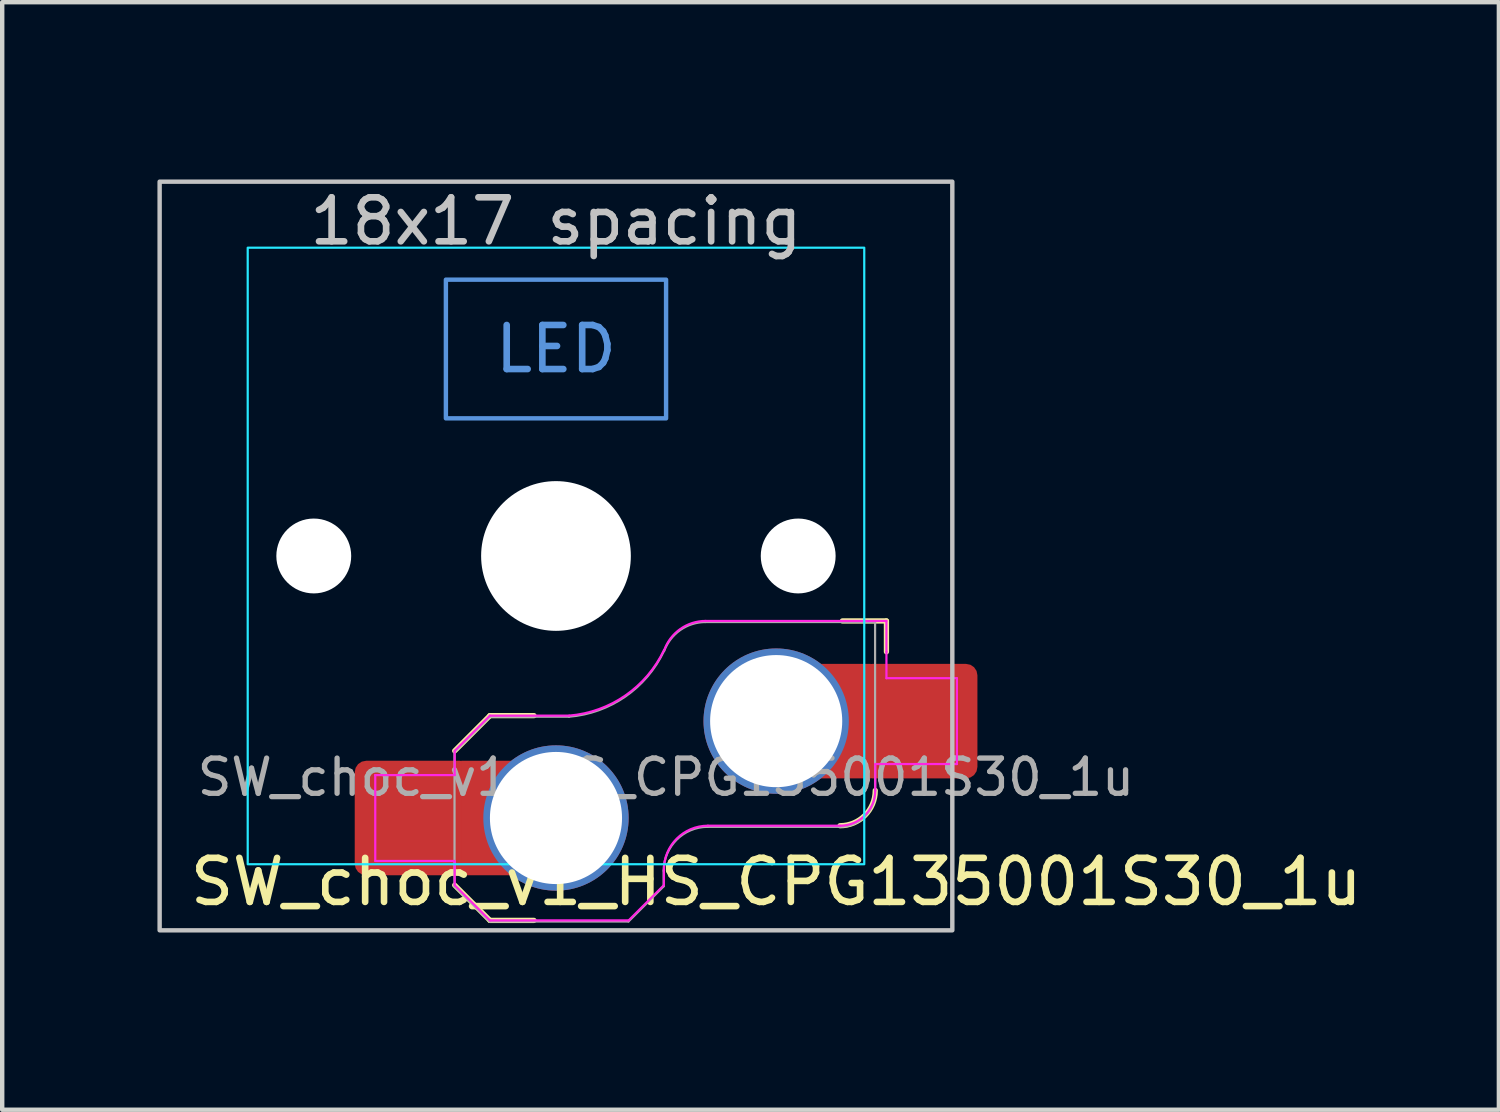
<source format=kicad_pcb>
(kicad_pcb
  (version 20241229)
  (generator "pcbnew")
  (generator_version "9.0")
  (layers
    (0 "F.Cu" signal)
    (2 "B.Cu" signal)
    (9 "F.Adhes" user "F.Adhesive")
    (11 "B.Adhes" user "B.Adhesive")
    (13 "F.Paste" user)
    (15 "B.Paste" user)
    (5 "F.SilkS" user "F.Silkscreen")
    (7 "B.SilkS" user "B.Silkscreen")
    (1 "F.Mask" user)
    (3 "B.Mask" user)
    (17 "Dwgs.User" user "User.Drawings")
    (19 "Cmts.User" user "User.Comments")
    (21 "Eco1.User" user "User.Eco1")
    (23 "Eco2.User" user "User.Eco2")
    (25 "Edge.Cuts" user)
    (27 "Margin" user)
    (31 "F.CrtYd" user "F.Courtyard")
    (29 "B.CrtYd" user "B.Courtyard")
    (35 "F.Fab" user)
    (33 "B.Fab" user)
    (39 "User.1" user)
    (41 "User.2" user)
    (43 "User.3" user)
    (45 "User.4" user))
  (footprint "SW_choc_v1_HS_CPG135001S30_1u"
    (layer "F.Cu")
    (at 9.575 9.575)
    (property "Reference" "SW_choc_v1_HS_CPG135001S30_1u" (at 5 7.4 180) (layer "F.SilkS") (effects (font (size 1 1) (thickness 0.15))))
    (attr smd)
    (fp_line (start -2.3 7.475) (end -1.5 8.275) (stroke (width 0.12) (type solid)) (layer "F.SilkS"))
    (fp_line (start -1.5 3.625) (end -2.3 4.425) (stroke (width 0.12) (type solid)) (layer "F.SilkS"))
    (fp_line (start -1.5 3.625) (end -0.5 3.625) (stroke (width 0.12) (type solid)) (layer "F.SilkS"))
    (fp_line (start -1.5 8.275) (end -0.5 8.275) (stroke (width 0.12) (type solid)) (layer "F.SilkS"))
    (fp_line (start 7.504 1.475) (end 6.504 1.475) (stroke (width 0.12) (type solid)) (layer "F.SilkS"))
    (fp_line (start 7.504 1.475) (end 7.504 2.175) (stroke (width 0.12) (type solid)) (layer "F.SilkS"))
    (fp_arc (start 7.25 5.325) (mid 7.015685 5.890685) (end 6.45 6.125) (stroke (width 0.12) (type solid)) (layer "F.SilkS"))
    (fp_rect (start -9 -8.5) (end 9 8.5) (stroke (width 0.1) (type default)) (fill no) (layer "Dwgs.User"))
    (fp_rect (start -2.5 -6.275) (end 2.5 -3.125) (stroke (width 0.1) (type default)) (fill no) (layer "Cmts.User"))
    (fp_rect (start -9.525 -9.525) (end 9.525 9.525) (stroke (width 0.1) (type default)) (fill no) (layer "Eco1.User"))
    (fp_line (start -6.95 -6.45) (end -6.95 6.45) (stroke (width 0.05) (type solid)) (layer "Eco2.User"))
    (fp_line (start -6.45 6.95) (end 6.45 6.95) (stroke (width 0.05) (type solid)) (layer "Eco2.User"))
    (fp_line (start 6.45 -6.95) (end -6.45 -6.95) (stroke (width 0.05) (type solid)) (layer "Eco2.User"))
    (fp_line (start 6.95 6.45) (end 6.95 -6.45) (stroke (width 0.05) (type solid)) (layer "Eco2.User"))
    (fp_arc (start -6.95 -6.45) (mid -6.803553 -6.803553) (end -6.45 -6.95) (stroke (width 0.05) (type solid)) (layer "Eco2.User"))
    (fp_arc (start -6.45 6.95) (mid -6.803553 6.803553) (end -6.95 6.45) (stroke (width 0.05) (type solid)) (layer "Eco2.User"))
    (fp_arc (start 6.45 -6.95) (mid 6.803553 -6.803553) (end 6.95 -6.45) (stroke (width 0.05) (type solid)) (layer "Eco2.User"))
    (fp_arc (start 6.95 6.45) (mid 6.803553 6.803553) (end 6.45 6.95) (stroke (width 0.05) (type solid)) (layer "Eco2.User"))
    (fp_rect (start -7 -7) (end 7 7) (stroke (width 0.05) (type default)) (fill no) (layer "B.CrtYd"))
    (fp_line (start -4.104 4.975) (end -4.104 6.925) (stroke (width 0.05) (type solid)) (layer "F.CrtYd"))
    (fp_line (start -4.104 4.975) (end -2.3 4.975) (stroke (width 0.05) (type solid)) (layer "F.CrtYd"))
    (fp_line (start -4.104 6.925) (end -2.3 6.925) (stroke (width 0.05) (type solid)) (layer "F.CrtYd"))
    (fp_line (start -2.3 4.975) (end -2.3 4.425) (stroke (width 0.05) (type solid)) (layer "F.CrtYd"))
    (fp_line (start -2.3 7.475) (end -2.3 6.925) (stroke (width 0.05) (type solid)) (layer "F.CrtYd"))
    (fp_line (start -2.3 7.475) (end -1.5 8.275) (stroke (width 0.05) (type solid)) (layer "F.CrtYd"))
    (fp_line (start -1.5 3.625) (end -2.3 4.425) (stroke (width 0.05) (type solid)) (layer "F.CrtYd"))
    (fp_line (start -1.5 3.625) (end 0.3 3.625) (stroke (width 0.05) (type solid)) (layer "F.CrtYd"))
    (fp_line (start -1.5 8.275) (end 1.65 8.275) (stroke (width 0.05) (type solid)) (layer "F.CrtYd"))
    (fp_line (start 2.45 7.475) (end 1.65 8.275) (stroke (width 0.05) (type solid)) (layer "F.CrtYd"))
    (fp_line (start 2.45 7.475) (end 2.45 7.125) (stroke (width 0.05) (type solid)) (layer "F.CrtYd"))
    (fp_line (start 3.45 6.125) (end 6.45 6.125) (stroke (width 0.05) (type solid)) (layer "F.CrtYd"))
    (fp_line (start 7.25 4.725) (end 9.104 4.725) (stroke (width 0.05) (type solid)) (layer "F.CrtYd"))
    (fp_line (start 7.25 5.325) (end 7.25 4.725) (stroke (width 0.05) (type solid)) (layer "F.CrtYd"))
    (fp_line (start 7.504 1.475) (end 3.4 1.475) (stroke (width 0.05) (type solid)) (layer "F.CrtYd"))
    (fp_line (start 7.504 1.475) (end 7.504 2.175) (stroke (width 0.05) (type solid)) (layer "F.CrtYd"))
    (fp_line (start 7.504 2.175) (end 7.504 2.775) (stroke (width 0.05) (type solid)) (layer "F.CrtYd"))
    (fp_line (start 9.104 2.775) (end 7.504 2.775) (stroke (width 0.05) (type solid)) (layer "F.CrtYd"))
    (fp_line (start 9.104 4.725) (end 9.104 2.775) (stroke (width 0.05) (type solid)) (layer "F.CrtYd"))
    (fp_arc (start 2.45 7.125) (mid 2.742893 6.417893) (end 3.45 6.125) (stroke (width 0.05) (type solid)) (layer "F.CrtYd"))
    (fp_arc (start 2.455444 2.13293) (mid 1.577272 3.167235) (end 0.299999 3.624999) (stroke (width 0.05) (type solid)) (layer "F.CrtYd"))
    (fp_arc (start 2.460307 2.13298) (mid 2.826423 1.655848) (end 3.4 1.475) (stroke (width 0.05) (type solid)) (layer "F.CrtYd"))
    (fp_arc (start 7.25 5.325) (mid 7.015685 5.890685) (end 6.45 6.125) (stroke (width 0.05) (type solid)) (layer "F.CrtYd"))
    (fp_line (start -2.304 7.5) (end -2.304 4.45) (stroke (width 0.05) (type solid)) (layer "F.Fab"))
    (fp_line (start -2.304 7.5) (end -1.504 8.3) (stroke (width 0.05) (type solid)) (layer "F.Fab"))
    (fp_line (start -1.504 3.65) (end -2.304 4.45) (stroke (width 0.05) (type solid)) (layer "F.Fab"))
    (fp_line (start -1.504 3.65) (end 0.296 3.65) (stroke (width 0.05) (type solid)) (layer "F.Fab"))
    (fp_line (start -1.504 8.3) (end 1.646 8.3) (stroke (width 0.05) (type solid)) (layer "F.Fab"))
    (fp_line (start 2.446 7.5) (end 1.646 8.3) (stroke (width 0.05) (type solid)) (layer "F.Fab"))
    (fp_line (start 2.446 7.5) (end 2.446 7.15) (stroke (width 0.05) (type solid)) (layer "F.Fab"))
    (fp_line (start 3.446 6.15) (end 6.446 6.15) (stroke (width 0.05) (type solid)) (layer "F.Fab"))
    (fp_line (start 7.246 1.5) (end 3.396 1.5) (stroke (width 0.05) (type solid)) (layer "F.Fab"))
    (fp_line (start 7.246 5.35) (end 7.246 1.5) (stroke (width 0.05) (type solid)) (layer "F.Fab"))
    (fp_arc (start 2.446 7.15) (mid 2.738893 6.442893) (end 3.446 6.15) (stroke (width 0.05) (type solid)) (layer "F.Fab"))
    (fp_arc (start 2.451444 2.15793) (mid 1.573272 3.192235) (end 0.295999 3.649999) (stroke (width 0.05) (type solid)) (layer "F.Fab"))
    (fp_arc (start 2.456307 2.15798) (mid 2.822423 1.680848) (end 3.396 1.5) (stroke (width 0.05) (type solid)) (layer "F.Fab"))
    (fp_arc (start 7.246 5.35) (mid 7.011685 5.915685) (end 6.446 6.15) (stroke (width 0.05) (type solid)) (layer "F.Fab"))
    (fp_text user "18x17 spacing" (at 0 -7.6 180) (layer "Dwgs.User") (effects (font (size 1 1) (thickness 0.15))))
    (fp_text user "LED" (at 0 -4.7 0) (unlocked yes) (layer "Cmts.User") (effects (font (size 1 1) (thickness 0.15))))
    (fp_text user "19.05 spacing" (at 0 -8.7 180) (layer "Eco1.User") (effects (font (size 1 1) (thickness 0.15))))
    (fp_text user "${REFERENCE}" (at 2.496 5.025 0) (layer "F.Fab") (effects (font (size 0.8 0.8) (thickness 0.12))))
    (pad "" np_thru_hole circle (at -5.5 0 180) (size 1.7 1.7) (drill 1.7) (layers "*.Cu" "*.Mask"))
    (pad "" np_thru_hole circle (at 0 0 180) (size 3.4 3.4) (drill 3.4) (layers "*.Cu" "*.Mask"))
    (pad "" np_thru_hole circle (at 5.5 0 180) (size 1.7 1.7) (drill 1.7) (layers "*.Cu" "*.Mask"))
    (pad "1" thru_hole circle (at 5 3.75) (size 3.3 3.3) (drill 3) (property pad_prop_mechanical) (layers "*.Cu" "F.Mask"))
    (pad "1" smd rect (at 6.55 3.75) (size 1.2 2.6) (layers "F.Cu"))
    (pad "1" smd roundrect (at 8.245 3.75) (size 2.65 2.6) (layers "F.Cu" "F.Mask" "F.Paste") (roundrect_rratio 0.1))
    (pad "2" smd roundrect (at -3.245 5.95) (size 2.65 2.6) (layers "F.Cu" "F.Mask" "F.Paste") (roundrect_rratio 0.1))
    (pad "2" smd rect (at -1.55 5.95 180) (size 1.2 2.6) (layers "F.Cu"))
    (pad "2" thru_hole circle (at 0 5.95) (size 3.3 3.3) (drill 3) (property pad_prop_mechanical) (layers "*.Cu" "F.Mask")))
  (gr_rect
    (start -3 -3)
    (end 30.986 22.15)
    (stroke (width 0.1) (type default))
    (fill no)
    (layer "Edge.Cuts")))
</source>
